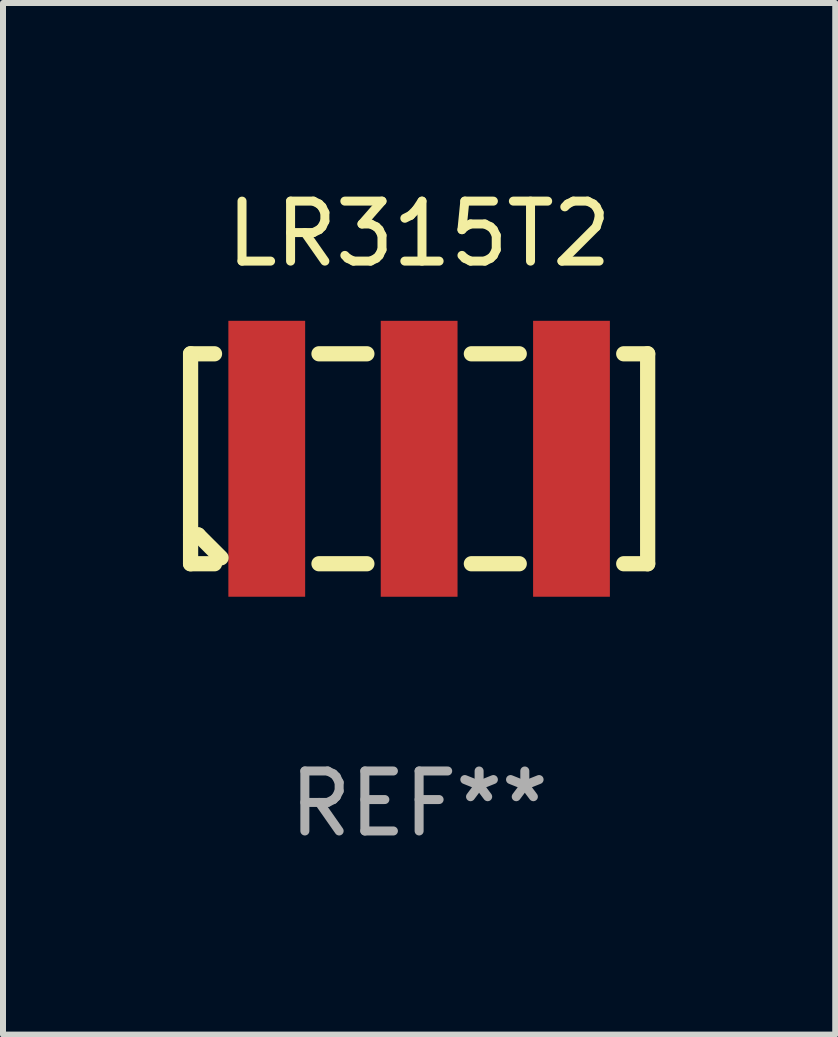
<source format=kicad_pcb>
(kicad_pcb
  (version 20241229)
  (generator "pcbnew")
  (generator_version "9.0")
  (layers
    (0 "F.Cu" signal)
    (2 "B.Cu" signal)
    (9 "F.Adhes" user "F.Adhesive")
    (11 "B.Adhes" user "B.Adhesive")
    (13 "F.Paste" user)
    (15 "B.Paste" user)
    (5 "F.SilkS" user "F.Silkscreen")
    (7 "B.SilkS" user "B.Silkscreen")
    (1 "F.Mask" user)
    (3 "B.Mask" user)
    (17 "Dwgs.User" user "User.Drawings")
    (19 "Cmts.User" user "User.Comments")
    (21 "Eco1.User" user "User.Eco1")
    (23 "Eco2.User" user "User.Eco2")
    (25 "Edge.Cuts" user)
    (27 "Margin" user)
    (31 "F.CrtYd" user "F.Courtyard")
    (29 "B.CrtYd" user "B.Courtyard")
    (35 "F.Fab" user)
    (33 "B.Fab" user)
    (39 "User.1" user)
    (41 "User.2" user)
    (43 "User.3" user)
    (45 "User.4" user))
  (footprint "LR315T2"
    (layer "F.Cu")
    (at 3.937 4.598)
    (property "Reference" "LR315T2" (at 0 -3.75 0) (layer "F.SilkS") (effects (font (size 1 1) (thickness 0.15))))
    (attr through_hole)
    (fp_line (start -3.81 -1.75) (end -3.411 -1.75) (stroke (width 0.254) (type solid)) (layer "F.SilkS"))
    (fp_line (start -3.81 1.27) (end -3.683 1.27) (stroke (width 0.254) (type solid)) (layer "F.SilkS"))
    (fp_line (start -3.81 1.75) (end -3.81 -1.75) (stroke (width 0.254) (type solid)) (layer "F.SilkS"))
    (fp_line (start -3.683 1.27) (end -3.302 1.651) (stroke (width 0.254) (type solid)) (layer "F.SilkS"))
    (fp_line (start -3.411 1.75) (end -3.81 1.75) (stroke (width 0.254) (type solid)) (layer "F.SilkS"))
    (fp_line (start -1.669 -1.75) (end -0.871 -1.75) (stroke (width 0.254) (type solid)) (layer "F.SilkS"))
    (fp_line (start -0.871 1.75) (end -1.669 1.75) (stroke (width 0.254) (type solid)) (layer "F.SilkS"))
    (fp_line (start 0.871 -1.75) (end 1.669 -1.75) (stroke (width 0.254) (type solid)) (layer "F.SilkS"))
    (fp_line (start 1.669 1.75) (end 0.871 1.75) (stroke (width 0.254) (type solid)) (layer "F.SilkS"))
    (fp_line (start 3.411 -1.75) (end 3.81 -1.75) (stroke (width 0.254) (type solid)) (layer "F.SilkS"))
    (fp_line (start 3.81 1.75) (end 3.411 1.75) (stroke (width 0.254) (type solid)) (layer "F.SilkS"))
    (fp_line (start 3.81 1.75) (end 3.81 -1.75) (stroke (width 0.254) (type solid)) (layer "F.SilkS"))
    (fp_circle (center -3.75 -1.75) (end -3.72 -1.75) (stroke (width 0.06) (type solid)) (fill no) (layer "F.SilkS"))
    (fp_text user "REF**" (at 0 5.75 0) (layer "F.Fab") (effects (font (size 1 1) (thickness 0.15))))
    (pad "0" smd rect (at 0.000254 0.000254) (size 1.28 4.6) (layers "F.Cu" "F.Mask" "F.Paste"))
    (pad "1" smd rect (at -2.54 0) (size 1.28 4.6) (layers "F.Cu" "F.Mask" "F.Paste"))
    (pad "2" smd rect (at 2.54 0) (size 1.28 4.6) (layers "F.Cu" "F.Mask" "F.Paste")))
  (gr_rect
    (start -3 -3)
    (end 10.874 14.197)
    (stroke (width 0.1) (type default))
    (fill no)
    (layer "Edge.Cuts")))
</source>
